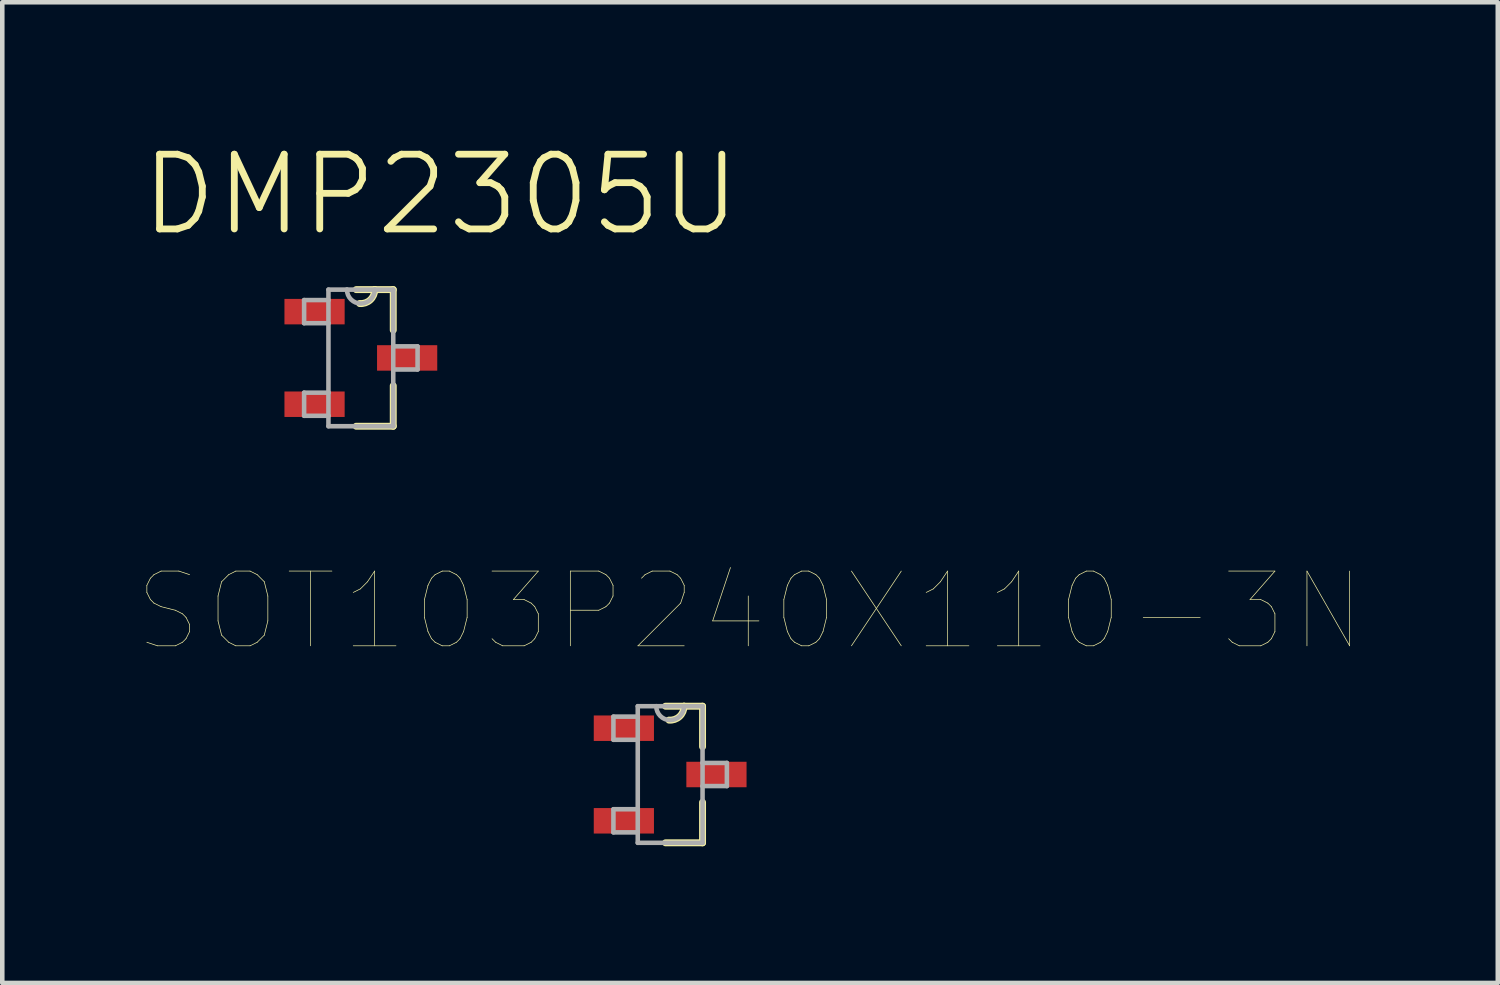
<source format=kicad_pcb>
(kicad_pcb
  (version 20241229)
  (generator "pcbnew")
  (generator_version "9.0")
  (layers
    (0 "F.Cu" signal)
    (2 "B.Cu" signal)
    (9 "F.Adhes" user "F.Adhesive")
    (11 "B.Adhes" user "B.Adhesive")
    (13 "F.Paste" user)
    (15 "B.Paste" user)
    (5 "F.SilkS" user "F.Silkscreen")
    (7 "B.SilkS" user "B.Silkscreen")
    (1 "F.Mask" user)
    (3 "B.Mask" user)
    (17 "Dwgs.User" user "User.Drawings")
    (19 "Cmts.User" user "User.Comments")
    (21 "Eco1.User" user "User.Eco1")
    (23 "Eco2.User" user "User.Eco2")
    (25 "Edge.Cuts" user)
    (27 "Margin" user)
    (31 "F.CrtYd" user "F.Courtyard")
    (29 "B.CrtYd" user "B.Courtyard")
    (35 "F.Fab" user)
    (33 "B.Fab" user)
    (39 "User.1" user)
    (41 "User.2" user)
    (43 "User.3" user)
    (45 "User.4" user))
  (footprint "DMP2305U"
    (layer "F.Cu")
    (at 4.869 4.805)
    (property "Reference" "DMP2305U" (at 1.753 -3.582 0) (layer "F.SilkS") (effects (font (size 1.64 1.64) (thickness 0.15))))
    (attr through_hole)
    (fp_line (start -0.102 1.499) (end 0.711 1.499) (stroke (width 0.152) (type solid)) (layer "F.SilkS"))
    (fp_line (start 0.305 -1.499) (end -0.102 -1.499) (stroke (width 0.152) (type solid)) (layer "F.SilkS"))
    (fp_line (start 0.711 -1.499) (end 0.305 -1.499) (stroke (width 0.152) (type solid)) (layer "F.SilkS"))
    (fp_line (start 0.711 -0.61) (end 0.711 -1.499) (stroke (width 0.152) (type solid)) (layer "F.SilkS"))
    (fp_line (start 0.711 1.499) (end 0.711 0.61) (stroke (width 0.152) (type solid)) (layer "F.SilkS"))
    (fp_arc (start 0.3048 -1.4986) (mid 0.206758 -1.273554) (end -0.0254 -1.1938) (stroke (width 0.1524) (type solid)) (layer "F.SilkS"))
    (fp_line (start -1.245 -1.27) (end -1.245 -0.762) (stroke (width 0.1) (type solid)) (layer "F.Fab"))
    (fp_line (start -1.245 -0.762) (end -0.711 -0.762) (stroke (width 0.1) (type solid)) (layer "F.Fab"))
    (fp_line (start -1.245 0.762) (end -1.245 1.27) (stroke (width 0.1) (type solid)) (layer "F.Fab"))
    (fp_line (start -1.245 1.27) (end -0.711 1.27) (stroke (width 0.1) (type solid)) (layer "F.Fab"))
    (fp_line (start -0.711 -1.499) (end -0.711 -1.27) (stroke (width 0.1) (type solid)) (layer "F.Fab"))
    (fp_line (start -0.711 -1.27) (end -1.245 -1.27) (stroke (width 0.1) (type solid)) (layer "F.Fab"))
    (fp_line (start -0.711 -1.27) (end -0.711 -0.762) (stroke (width 0.1) (type solid)) (layer "F.Fab"))
    (fp_line (start -0.711 -0.762) (end -0.711 0.762) (stroke (width 0.1) (type solid)) (layer "F.Fab"))
    (fp_line (start -0.711 0.762) (end -1.245 0.762) (stroke (width 0.1) (type solid)) (layer "F.Fab"))
    (fp_line (start -0.711 1.27) (end -0.711 0.762) (stroke (width 0.1) (type solid)) (layer "F.Fab"))
    (fp_line (start -0.711 1.499) (end -0.711 1.27) (stroke (width 0.1) (type solid)) (layer "F.Fab"))
    (fp_line (start -0.711 1.499) (end 0.711 1.499) (stroke (width 0.1) (type solid)) (layer "F.Fab"))
    (fp_line (start -0.305 -1.499) (end -0.711 -1.499) (stroke (width 0.1) (type solid)) (layer "F.Fab"))
    (fp_line (start 0.305 -1.499) (end -0.305 -1.499) (stroke (width 0.1) (type solid)) (layer "F.Fab"))
    (fp_line (start 0.711 -1.499) (end 0.305 -1.499) (stroke (width 0.1) (type solid)) (layer "F.Fab"))
    (fp_line (start 0.711 -0.254) (end 0.711 -1.499) (stroke (width 0.1) (type solid)) (layer "F.Fab"))
    (fp_line (start 0.711 0.254) (end 0.711 -0.254) (stroke (width 0.1) (type solid)) (layer "F.Fab"))
    (fp_line (start 0.711 0.254) (end 1.245 0.254) (stroke (width 0.1) (type solid)) (layer "F.Fab"))
    (fp_line (start 0.711 1.499) (end 0.711 0.254) (stroke (width 0.1) (type solid)) (layer "F.Fab"))
    (fp_line (start 1.245 -0.254) (end 0.711 -0.254) (stroke (width 0.1) (type solid)) (layer "F.Fab"))
    (fp_line (start 1.245 0.254) (end 1.245 -0.254) (stroke (width 0.1) (type solid)) (layer "F.Fab"))
    (fp_arc (start 0.3048 -1.4986) (mid 0 -1.1938) (end -0.3048 -1.4986) (stroke (width 0.1) (type solid)) (layer "F.Fab"))
    (pad "1" smd rect (at -1.016 -1.016) (size 1.321 0.559) (layers "F.Cu" "F.Mask" "F.Paste"))
    (pad "2" smd rect (at -1.016 1.016) (size 1.321 0.559) (layers "F.Cu" "F.Mask" "F.Paste"))
    (pad "3" smd rect (at 1.016 0) (size 1.321 0.559) (layers "F.Cu" "F.Mask" "F.Paste")))
  (footprint "SOT103P240X110-3N"
    (layer "F.Cu")
    (at 11.657 13.947)
    (property "Reference" "SOT103P240X110-3N" (at 1.753 -3.582 0) (layer "F.SilkS") (effects (font (size 1.64 1.64) (thickness 0.015))))
    (attr through_hole)
    (fp_line (start -0.102 1.499) (end 0.711 1.499) (stroke (width 0.152) (type solid)) (layer "F.SilkS"))
    (fp_line (start 0.305 -1.499) (end -0.102 -1.499) (stroke (width 0.152) (type solid)) (layer "F.SilkS"))
    (fp_line (start 0.711 -1.499) (end 0.305 -1.499) (stroke (width 0.152) (type solid)) (layer "F.SilkS"))
    (fp_line (start 0.711 -0.61) (end 0.711 -1.499) (stroke (width 0.152) (type solid)) (layer "F.SilkS"))
    (fp_line (start 0.711 1.499) (end 0.711 0.61) (stroke (width 0.152) (type solid)) (layer "F.SilkS"))
    (fp_arc (start 0.3048 -1.4986) (mid 0.206758 -1.273554) (end -0.0254 -1.1938) (stroke (width 0.1524) (type solid)) (layer "F.SilkS"))
    (fp_line (start -1.245 -1.27) (end -1.245 -0.762) (stroke (width 0.1) (type solid)) (layer "F.Fab"))
    (fp_line (start -1.245 -0.762) (end -0.711 -0.762) (stroke (width 0.1) (type solid)) (layer "F.Fab"))
    (fp_line (start -1.245 0.762) (end -1.245 1.27) (stroke (width 0.1) (type solid)) (layer "F.Fab"))
    (fp_line (start -1.245 1.27) (end -0.711 1.27) (stroke (width 0.1) (type solid)) (layer "F.Fab"))
    (fp_line (start -0.711 -1.499) (end -0.711 -1.27) (stroke (width 0.1) (type solid)) (layer "F.Fab"))
    (fp_line (start -0.711 -1.27) (end -1.245 -1.27) (stroke (width 0.1) (type solid)) (layer "F.Fab"))
    (fp_line (start -0.711 -1.27) (end -0.711 -0.762) (stroke (width 0.1) (type solid)) (layer "F.Fab"))
    (fp_line (start -0.711 -0.762) (end -0.711 0.762) (stroke (width 0.1) (type solid)) (layer "F.Fab"))
    (fp_line (start -0.711 0.762) (end -1.245 0.762) (stroke (width 0.1) (type solid)) (layer "F.Fab"))
    (fp_line (start -0.711 1.27) (end -0.711 0.762) (stroke (width 0.1) (type solid)) (layer "F.Fab"))
    (fp_line (start -0.711 1.499) (end -0.711 1.27) (stroke (width 0.1) (type solid)) (layer "F.Fab"))
    (fp_line (start -0.711 1.499) (end 0.711 1.499) (stroke (width 0.1) (type solid)) (layer "F.Fab"))
    (fp_line (start -0.305 -1.499) (end -0.711 -1.499) (stroke (width 0.1) (type solid)) (layer "F.Fab"))
    (fp_line (start 0.305 -1.499) (end -0.305 -1.499) (stroke (width 0.1) (type solid)) (layer "F.Fab"))
    (fp_line (start 0.711 -1.499) (end 0.305 -1.499) (stroke (width 0.1) (type solid)) (layer "F.Fab"))
    (fp_line (start 0.711 -0.254) (end 0.711 -1.499) (stroke (width 0.1) (type solid)) (layer "F.Fab"))
    (fp_line (start 0.711 0.254) (end 0.711 -0.254) (stroke (width 0.1) (type solid)) (layer "F.Fab"))
    (fp_line (start 0.711 0.254) (end 1.245 0.254) (stroke (width 0.1) (type solid)) (layer "F.Fab"))
    (fp_line (start 0.711 1.499) (end 0.711 0.254) (stroke (width 0.1) (type solid)) (layer "F.Fab"))
    (fp_line (start 1.245 -0.254) (end 0.711 -0.254) (stroke (width 0.1) (type solid)) (layer "F.Fab"))
    (fp_line (start 1.245 0.254) (end 1.245 -0.254) (stroke (width 0.1) (type solid)) (layer "F.Fab"))
    (fp_arc (start 0.3048 -1.4986) (mid 0 -1.1938) (end -0.3048 -1.4986) (stroke (width 0.1) (type solid)) (layer "F.Fab"))
    (pad "1" smd rect (at -1.016 -1.016) (size 1.321 0.559) (layers "F.Cu" "F.Mask" "F.Paste"))
    (pad "2" smd rect (at -1.016 1.016) (size 1.321 0.559) (layers "F.Cu" "F.Mask" "F.Paste"))
    (pad "3" smd rect (at 1.016 0) (size 1.321 0.559) (layers "F.Cu" "F.Mask" "F.Paste")))
  (gr_rect
    (start -3 -3)
    (end 29.82 18.522)
    (stroke (width 0.1) (type default))
    (fill no)
    (layer "Edge.Cuts")))
</source>
